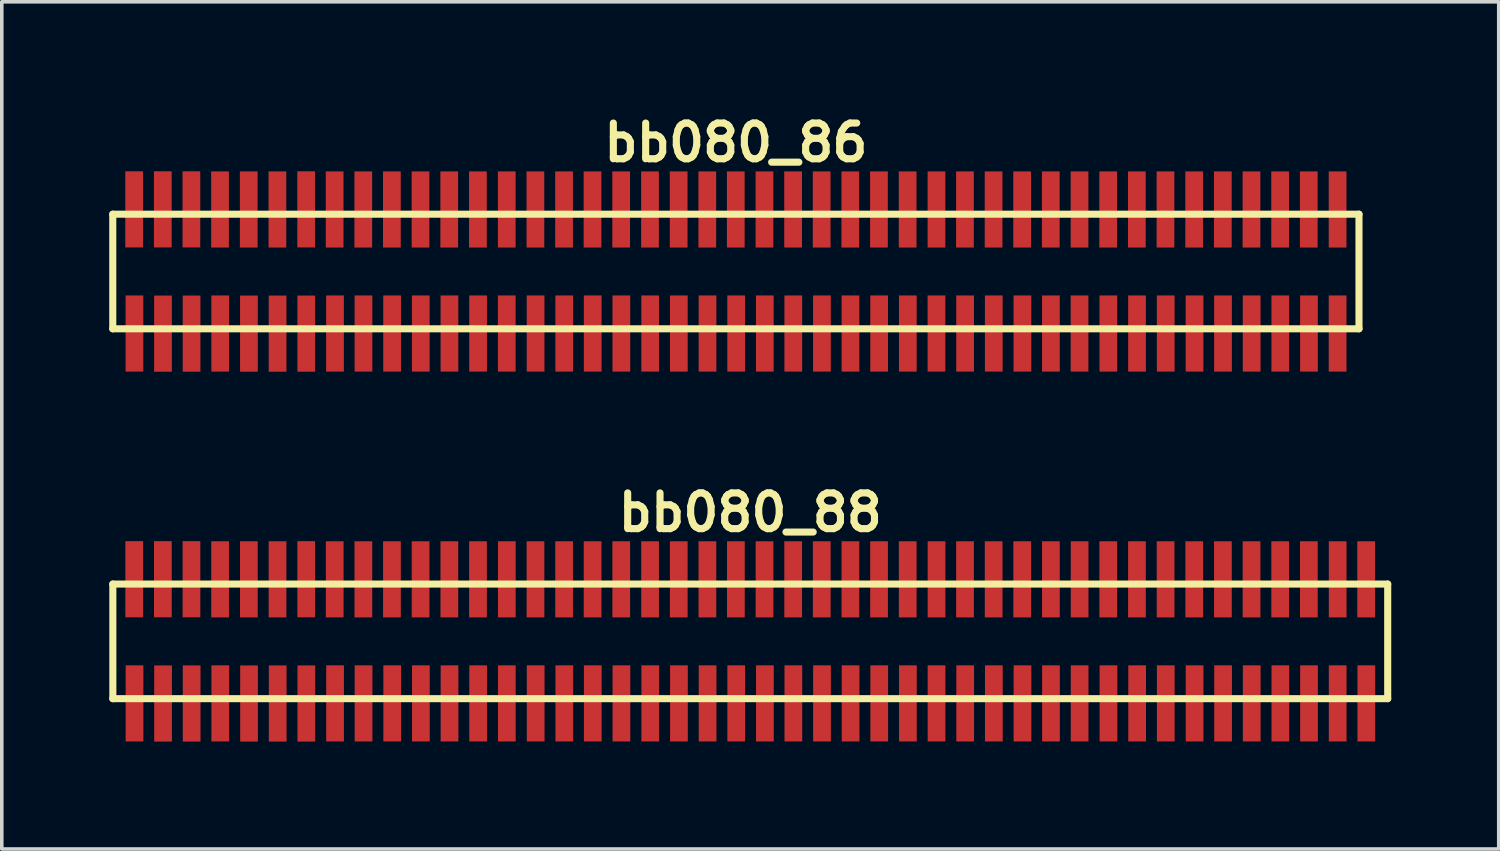
<source format=kicad_pcb>
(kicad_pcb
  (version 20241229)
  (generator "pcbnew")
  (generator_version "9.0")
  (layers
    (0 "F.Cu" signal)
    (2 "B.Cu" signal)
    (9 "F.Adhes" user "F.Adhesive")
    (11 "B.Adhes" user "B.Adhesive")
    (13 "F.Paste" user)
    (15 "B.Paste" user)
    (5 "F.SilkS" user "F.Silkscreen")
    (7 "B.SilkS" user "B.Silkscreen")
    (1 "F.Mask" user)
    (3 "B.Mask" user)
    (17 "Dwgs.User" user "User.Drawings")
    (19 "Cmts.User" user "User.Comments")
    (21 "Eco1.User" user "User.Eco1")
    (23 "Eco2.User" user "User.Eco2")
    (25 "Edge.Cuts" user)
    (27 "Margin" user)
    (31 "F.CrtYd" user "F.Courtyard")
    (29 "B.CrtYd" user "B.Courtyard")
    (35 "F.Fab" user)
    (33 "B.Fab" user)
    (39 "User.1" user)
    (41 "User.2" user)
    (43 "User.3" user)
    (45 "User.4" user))
  (footprint "bb080_88"
    (layer "F.Cu")
    (at 17.899 14.859)
    (property "Reference" "bb080_88" (at 0 -3.599 0) (layer "F.SilkS") (effects (font (size 0.998 0.998) (thickness 0.198))))
    (attr through_hole)
    (fp_line (start -17.8 -1.6) (end 17.8 -1.6) (stroke (width 0.198) (type solid)) (layer "F.SilkS"))
    (fp_line (start -17.798 -1.6) (end -17.798 1.6) (stroke (width 0.198) (type solid)) (layer "F.SilkS"))
    (fp_line (start 17.8 1.6) (end -17.8 1.6) (stroke (width 0.198) (type solid)) (layer "F.SilkS"))
    (fp_line (start 17.8 1.6) (end 17.8 -1.6) (stroke (width 0.198) (type solid)) (layer "F.SilkS"))
    (pad "1" smd rect (at -17.193 1.732) (size 0.495 2.126) (layers "F.Cu" "F.Mask" "F.Paste"))
    (pad "2" smd rect (at -17.201 -1.735) (size 0.495 2.126) (layers "F.Cu" "F.Mask" "F.Paste"))
    (pad "3" smd rect (at -16.396 1.735) (size 0.495 2.126) (layers "F.Cu" "F.Mask" "F.Paste"))
    (pad "4" smd rect (at -16.401 -1.735) (size 0.495 2.126) (layers "F.Cu" "F.Mask" "F.Paste"))
    (pad "5" smd rect (at -15.598 1.735) (size 0.495 2.126) (layers "F.Cu" "F.Mask" "F.Paste"))
    (pad "6" smd rect (at -15.603 -1.735) (size 0.495 2.126) (layers "F.Cu" "F.Mask" "F.Paste"))
    (pad "7" smd rect (at -14.798 1.732) (size 0.495 2.126) (layers "F.Cu" "F.Mask" "F.Paste"))
    (pad "8" smd rect (at -14.803 -1.732) (size 0.495 2.126) (layers "F.Cu" "F.Mask" "F.Paste"))
    (pad "9" smd rect (at -13.995 1.735) (size 0.495 2.126) (layers "F.Cu" "F.Mask" "F.Paste"))
    (pad "10" smd rect (at -14 -1.732) (size 0.495 2.126) (layers "F.Cu" "F.Mask" "F.Paste"))
    (pad "11" smd rect (at -13.195 1.735) (size 0.495 2.126) (layers "F.Cu" "F.Mask" "F.Paste"))
    (pad "12" smd rect (at -13.2 -1.732) (size 0.495 2.126) (layers "F.Cu" "F.Mask" "F.Paste"))
    (pad "13" smd rect (at -12.395 1.735) (size 0.495 2.126) (layers "F.Cu" "F.Mask" "F.Paste"))
    (pad "14" smd rect (at -12.398 -1.735) (size 0.495 2.126) (layers "F.Cu" "F.Mask" "F.Paste"))
    (pad "15" smd rect (at -11.593 1.732) (size 0.495 2.126) (layers "F.Cu" "F.Mask" "F.Paste"))
    (pad "16" smd rect (at -11.603 -1.732) (size 0.495 2.126) (layers "F.Cu" "F.Mask" "F.Paste"))
    (pad "17" smd rect (at -10.798 1.732) (size 0.495 2.126) (layers "F.Cu" "F.Mask" "F.Paste"))
    (pad "18" smd rect (at -10.803 -1.732) (size 0.495 2.126) (layers "F.Cu" "F.Mask" "F.Paste"))
    (pad "19" smd rect (at -9.997 1.732) (size 0.495 2.126) (layers "F.Cu" "F.Mask" "F.Paste"))
    (pad "20" smd rect (at -10.005 -1.732) (size 0.495 2.126) (layers "F.Cu" "F.Mask" "F.Paste"))
    (pad "21" smd rect (at -9.197 1.732) (size 0.495 2.126) (layers "F.Cu" "F.Mask" "F.Paste"))
    (pad "22" smd rect (at -9.205 -1.732) (size 0.495 2.126) (layers "F.Cu" "F.Mask" "F.Paste"))
    (pad "23" smd rect (at -8.397 1.732) (size 0.495 2.126) (layers "F.Cu" "F.Mask" "F.Paste"))
    (pad "24" smd rect (at -8.402 -1.732) (size 0.495 2.126) (layers "F.Cu" "F.Mask" "F.Paste"))
    (pad "25" smd rect (at -7.597 1.732) (size 0.495 2.126) (layers "F.Cu" "F.Mask" "F.Paste"))
    (pad "26" smd rect (at -7.602 -1.732) (size 0.495 2.126) (layers "F.Cu" "F.Mask" "F.Paste"))
    (pad "27" smd rect (at -6.797 1.732) (size 0.495 2.126) (layers "F.Cu" "F.Mask" "F.Paste"))
    (pad "28" smd rect (at -6.797 -1.732) (size 0.495 2.126) (layers "F.Cu" "F.Mask" "F.Paste"))
    (pad "29" smd rect (at -5.992 1.732) (size 0.495 2.126) (layers "F.Cu" "F.Mask" "F.Paste"))
    (pad "30" smd rect (at -5.997 -1.732) (size 0.495 2.126) (layers "F.Cu" "F.Mask" "F.Paste"))
    (pad "31" smd rect (at -5.192 1.732) (size 0.495 2.126) (layers "F.Cu" "F.Mask" "F.Paste"))
    (pad "32" smd rect (at -5.197 -1.732) (size 0.495 2.126) (layers "F.Cu" "F.Mask" "F.Paste"))
    (pad "33" smd rect (at -4.397 1.732) (size 0.495 2.126) (layers "F.Cu" "F.Mask" "F.Paste"))
    (pad "34" smd rect (at -4.402 -1.732) (size 0.495 2.126) (layers "F.Cu" "F.Mask" "F.Paste"))
    (pad "35" smd rect (at -3.597 1.732) (size 0.495 2.126) (layers "F.Cu" "F.Mask" "F.Paste"))
    (pad "36" smd rect (at -3.602 -1.732) (size 0.495 2.126) (layers "F.Cu" "F.Mask" "F.Paste"))
    (pad "37" smd rect (at -2.791 1.732) (size 0.495 2.126) (layers "F.Cu" "F.Mask" "F.Paste"))
    (pad "38" smd rect (at -2.797 -1.732) (size 0.495 2.126) (layers "F.Cu" "F.Mask" "F.Paste"))
    (pad "39" smd rect (at -1.991 1.732) (size 0.495 2.126) (layers "F.Cu" "F.Mask" "F.Paste"))
    (pad "40" smd rect (at -1.996 -1.732) (size 0.495 2.126) (layers "F.Cu" "F.Mask" "F.Paste"))
    (pad "41" smd rect (at -1.191 1.732) (size 0.495 2.126) (layers "F.Cu" "F.Mask" "F.Paste"))
    (pad "42" smd rect (at -1.196 -1.732) (size 0.495 2.126) (layers "F.Cu" "F.Mask" "F.Paste"))
    (pad "43" smd rect (at -0.391 1.732) (size 0.495 2.126) (layers "F.Cu" "F.Mask" "F.Paste"))
    (pad "44" smd rect (at -0.401 -1.732) (size 0.495 2.126) (layers "F.Cu" "F.Mask" "F.Paste"))
    (pad "45" smd rect (at 0.409 1.732) (size 0.495 2.126) (layers "F.Cu" "F.Mask" "F.Paste"))
    (pad "46" smd rect (at 0.399 -1.732) (size 0.495 2.126) (layers "F.Cu" "F.Mask" "F.Paste"))
    (pad "47" smd rect (at 1.204 1.732) (size 0.495 2.126) (layers "F.Cu" "F.Mask" "F.Paste"))
    (pad "48" smd rect (at 1.199 -1.732) (size 0.495 2.126) (layers "F.Cu" "F.Mask" "F.Paste"))
    (pad "49" smd rect (at 2.004 1.732) (size 0.495 2.126) (layers "F.Cu" "F.Mask" "F.Paste"))
    (pad "50" smd rect (at 1.996 -1.732) (size 0.495 2.126) (layers "F.Cu" "F.Mask" "F.Paste"))
    (pad "51" smd rect (at 2.802 1.732) (size 0.495 2.126) (layers "F.Cu" "F.Mask" "F.Paste"))
    (pad "52" smd rect (at 2.797 -1.732) (size 0.495 2.126) (layers "F.Cu" "F.Mask" "F.Paste"))
    (pad "53" smd rect (at 3.602 1.732) (size 0.495 2.126) (layers "F.Cu" "F.Mask" "F.Paste"))
    (pad "54" smd rect (at 3.597 -1.732) (size 0.495 2.126) (layers "F.Cu" "F.Mask" "F.Paste"))
    (pad "55" smd rect (at 4.402 1.732) (size 0.495 2.126) (layers "F.Cu" "F.Mask" "F.Paste"))
    (pad "56" smd rect (at 4.397 -1.732) (size 0.495 2.126) (layers "F.Cu" "F.Mask" "F.Paste"))
    (pad "57" smd rect (at 5.202 1.732) (size 0.495 2.126) (layers "F.Cu" "F.Mask" "F.Paste"))
    (pad "58" smd rect (at 5.202 -1.732) (size 0.495 2.126) (layers "F.Cu" "F.Mask" "F.Paste"))
    (pad "59" smd rect (at 6.002 1.732) (size 0.495 2.126) (layers "F.Cu" "F.Mask" "F.Paste"))
    (pad "60" smd rect (at 5.997 -1.732) (size 0.495 2.126) (layers "F.Cu" "F.Mask" "F.Paste"))
    (pad "61" smd rect (at 6.802 1.732) (size 0.495 2.126) (layers "F.Cu" "F.Mask" "F.Paste"))
    (pad "62" smd rect (at 6.797 -1.732) (size 0.495 2.126) (layers "F.Cu" "F.Mask" "F.Paste"))
    (pad "63" smd rect (at 7.602 1.732) (size 0.495 2.126) (layers "F.Cu" "F.Mask" "F.Paste"))
    (pad "64" smd rect (at 7.595 -1.732) (size 0.495 2.126) (layers "F.Cu" "F.Mask" "F.Paste"))
    (pad "65" smd rect (at 8.397 1.732) (size 0.495 2.126) (layers "F.Cu" "F.Mask" "F.Paste"))
    (pad "66" smd rect (at 8.395 -1.732) (size 0.495 2.126) (layers "F.Cu" "F.Mask" "F.Paste"))
    (pad "67" smd rect (at 9.197 1.732) (size 0.495 2.126) (layers "F.Cu" "F.Mask" "F.Paste"))
    (pad "68" smd rect (at 9.197 -1.732) (size 0.495 2.126) (layers "F.Cu" "F.Mask" "F.Paste"))
    (pad "69" smd rect (at 10.003 1.732) (size 0.495 2.126) (layers "F.Cu" "F.Mask" "F.Paste"))
    (pad "70" smd rect (at 9.997 -1.732) (size 0.495 2.126) (layers "F.Cu" "F.Mask" "F.Paste"))
    (pad "71" smd rect (at 10.803 1.732) (size 0.495 2.126) (layers "F.Cu" "F.Mask" "F.Paste"))
    (pad "72" smd rect (at 10.798 -1.732) (size 0.495 2.126) (layers "F.Cu" "F.Mask" "F.Paste"))
    (pad "73" smd rect (at 11.603 1.732) (size 0.495 2.126) (layers "F.Cu" "F.Mask" "F.Paste"))
    (pad "74" smd rect (at 11.598 -1.732) (size 0.495 2.126) (layers "F.Cu" "F.Mask" "F.Paste"))
    (pad "75" smd rect (at 12.408 1.732) (size 0.495 2.126) (layers "F.Cu" "F.Mask" "F.Paste"))
    (pad "76" smd rect (at 12.398 -1.732) (size 0.495 2.126) (layers "F.Cu" "F.Mask" "F.Paste"))
    (pad "77" smd rect (at 13.203 1.732) (size 0.495 2.126) (layers "F.Cu" "F.Mask" "F.Paste"))
    (pad "78" smd rect (at 13.198 -1.732) (size 0.495 2.126) (layers "F.Cu" "F.Mask" "F.Paste"))
    (pad "79" smd rect (at 14.003 1.732) (size 0.495 2.126) (layers "F.Cu" "F.Mask" "F.Paste"))
    (pad "80" smd rect (at 13.998 -1.732) (size 0.495 2.126) (layers "F.Cu" "F.Mask" "F.Paste"))
    (pad "81" smd rect (at 14.803 1.732) (size 0.495 2.126) (layers "F.Cu" "F.Mask" "F.Paste"))
    (pad "82" smd rect (at 14.798 -1.732) (size 0.495 2.126) (layers "F.Cu" "F.Mask" "F.Paste"))
    (pad "83" smd rect (at 15.603 1.732) (size 0.495 2.126) (layers "F.Cu" "F.Mask" "F.Paste"))
    (pad "84" smd rect (at 15.598 -1.732) (size 0.495 2.126) (layers "F.Cu" "F.Mask" "F.Paste"))
    (pad "85" smd rect (at 16.403 1.732) (size 0.495 2.126) (layers "F.Cu" "F.Mask" "F.Paste"))
    (pad "86" smd rect (at 16.403 -1.732) (size 0.495 2.126) (layers "F.Cu" "F.Mask" "F.Paste"))
    (pad "87" smd rect (at 17.203 1.732) (size 0.495 2.126) (layers "F.Cu" "F.Mask" "F.Paste"))
    (pad "88" smd rect (at 17.198 -1.732) (size 0.495 2.126) (layers "F.Cu" "F.Mask" "F.Paste")))
  (footprint "bb080_86"
    (layer "F.Cu")
    (at 17.498 4.531)
    (property "Reference" "bb080_86" (at 0 -3.599 0) (layer "F.SilkS") (effects (font (size 0.998 0.998) (thickness 0.198))))
    (attr through_hole)
    (fp_line (start -17.399 -1.6) (end -17.399 1.6) (stroke (width 0.198) (type solid)) (layer "F.SilkS"))
    (fp_line (start -17.399 -1.6) (end 17.399 -1.6) (stroke (width 0.198) (type solid)) (layer "F.SilkS"))
    (fp_line (start 17.399 1.6) (end -17.399 1.6) (stroke (width 0.198) (type solid)) (layer "F.SilkS"))
    (fp_line (start 17.399 1.6) (end 17.399 -1.6) (stroke (width 0.198) (type solid)) (layer "F.SilkS"))
    (pad "1" smd rect (at -16.794 1.732) (size 0.495 2.126) (layers "F.Cu" "F.Mask" "F.Paste"))
    (pad "2" smd rect (at -16.802 -1.735) (size 0.495 2.126) (layers "F.Cu" "F.Mask" "F.Paste"))
    (pad "3" smd rect (at -15.997 1.735) (size 0.495 2.126) (layers "F.Cu" "F.Mask" "F.Paste"))
    (pad "4" smd rect (at -16.002 -1.735) (size 0.495 2.126) (layers "F.Cu" "F.Mask" "F.Paste"))
    (pad "5" smd rect (at -15.199 1.735) (size 0.495 2.126) (layers "F.Cu" "F.Mask" "F.Paste"))
    (pad "6" smd rect (at -15.204 -1.735) (size 0.495 2.126) (layers "F.Cu" "F.Mask" "F.Paste"))
    (pad "7" smd rect (at -14.399 1.732) (size 0.495 2.126) (layers "F.Cu" "F.Mask" "F.Paste"))
    (pad "8" smd rect (at -14.404 -1.732) (size 0.495 2.126) (layers "F.Cu" "F.Mask" "F.Paste"))
    (pad "9" smd rect (at -13.597 1.735) (size 0.495 2.126) (layers "F.Cu" "F.Mask" "F.Paste"))
    (pad "10" smd rect (at -13.602 -1.732) (size 0.495 2.126) (layers "F.Cu" "F.Mask" "F.Paste"))
    (pad "11" smd rect (at -12.797 1.735) (size 0.495 2.126) (layers "F.Cu" "F.Mask" "F.Paste"))
    (pad "12" smd rect (at -12.802 -1.732) (size 0.495 2.126) (layers "F.Cu" "F.Mask" "F.Paste"))
    (pad "13" smd rect (at -11.996 1.735) (size 0.495 2.126) (layers "F.Cu" "F.Mask" "F.Paste"))
    (pad "14" smd rect (at -11.999 -1.735) (size 0.495 2.126) (layers "F.Cu" "F.Mask" "F.Paste"))
    (pad "15" smd rect (at -11.194 1.732) (size 0.495 2.126) (layers "F.Cu" "F.Mask" "F.Paste"))
    (pad "16" smd rect (at -11.204 -1.732) (size 0.495 2.126) (layers "F.Cu" "F.Mask" "F.Paste"))
    (pad "17" smd rect (at -10.399 1.732) (size 0.495 2.126) (layers "F.Cu" "F.Mask" "F.Paste"))
    (pad "18" smd rect (at -10.404 -1.732) (size 0.495 2.126) (layers "F.Cu" "F.Mask" "F.Paste"))
    (pad "19" smd rect (at -9.599 1.732) (size 0.495 2.126) (layers "F.Cu" "F.Mask" "F.Paste"))
    (pad "20" smd rect (at -9.606 -1.732) (size 0.495 2.126) (layers "F.Cu" "F.Mask" "F.Paste"))
    (pad "21" smd rect (at -8.799 1.732) (size 0.495 2.126) (layers "F.Cu" "F.Mask" "F.Paste"))
    (pad "22" smd rect (at -8.806 -1.732) (size 0.495 2.126) (layers "F.Cu" "F.Mask" "F.Paste"))
    (pad "23" smd rect (at -7.998 1.732) (size 0.495 2.126) (layers "F.Cu" "F.Mask" "F.Paste"))
    (pad "24" smd rect (at -8.004 -1.732) (size 0.495 2.126) (layers "F.Cu" "F.Mask" "F.Paste"))
    (pad "25" smd rect (at -7.198 1.732) (size 0.495 2.126) (layers "F.Cu" "F.Mask" "F.Paste"))
    (pad "26" smd rect (at -7.203 -1.732) (size 0.495 2.126) (layers "F.Cu" "F.Mask" "F.Paste"))
    (pad "27" smd rect (at -6.398 1.732) (size 0.495 2.126) (layers "F.Cu" "F.Mask" "F.Paste"))
    (pad "28" smd rect (at -6.398 -1.732) (size 0.495 2.126) (layers "F.Cu" "F.Mask" "F.Paste"))
    (pad "29" smd rect (at -5.593 1.732) (size 0.495 2.126) (layers "F.Cu" "F.Mask" "F.Paste"))
    (pad "30" smd rect (at -5.598 -1.732) (size 0.495 2.126) (layers "F.Cu" "F.Mask" "F.Paste"))
    (pad "31" smd rect (at -4.793 1.732) (size 0.495 2.126) (layers "F.Cu" "F.Mask" "F.Paste"))
    (pad "32" smd rect (at -4.798 -1.732) (size 0.495 2.126) (layers "F.Cu" "F.Mask" "F.Paste"))
    (pad "33" smd rect (at -3.998 1.732) (size 0.495 2.126) (layers "F.Cu" "F.Mask" "F.Paste"))
    (pad "34" smd rect (at -4.003 -1.732) (size 0.495 2.126) (layers "F.Cu" "F.Mask" "F.Paste"))
    (pad "35" smd rect (at -3.198 1.732) (size 0.495 2.126) (layers "F.Cu" "F.Mask" "F.Paste"))
    (pad "36" smd rect (at -3.203 -1.732) (size 0.495 2.126) (layers "F.Cu" "F.Mask" "F.Paste"))
    (pad "37" smd rect (at -2.393 1.732) (size 0.495 2.126) (layers "F.Cu" "F.Mask" "F.Paste"))
    (pad "38" smd rect (at -2.398 -1.732) (size 0.495 2.126) (layers "F.Cu" "F.Mask" "F.Paste"))
    (pad "39" smd rect (at -1.593 1.732) (size 0.495 2.126) (layers "F.Cu" "F.Mask" "F.Paste"))
    (pad "40" smd rect (at -1.598 -1.732) (size 0.495 2.126) (layers "F.Cu" "F.Mask" "F.Paste"))
    (pad "41" smd rect (at -0.792 1.732) (size 0.495 2.126) (layers "F.Cu" "F.Mask" "F.Paste"))
    (pad "42" smd rect (at -0.798 -1.732) (size 0.495 2.126) (layers "F.Cu" "F.Mask" "F.Paste"))
    (pad "43" smd rect (at 0.008 1.732) (size 0.495 2.126) (layers "F.Cu" "F.Mask" "F.Paste"))
    (pad "44" smd rect (at -0.003 -1.732) (size 0.495 2.126) (layers "F.Cu" "F.Mask" "F.Paste"))
    (pad "45" smd rect (at 0.808 1.732) (size 0.495 2.126) (layers "F.Cu" "F.Mask" "F.Paste"))
    (pad "46" smd rect (at 0.798 -1.732) (size 0.495 2.126) (layers "F.Cu" "F.Mask" "F.Paste"))
    (pad "47" smd rect (at 1.603 1.732) (size 0.495 2.126) (layers "F.Cu" "F.Mask" "F.Paste"))
    (pad "48" smd rect (at 1.598 -1.732) (size 0.495 2.126) (layers "F.Cu" "F.Mask" "F.Paste"))
    (pad "49" smd rect (at 2.403 1.732) (size 0.495 2.126) (layers "F.Cu" "F.Mask" "F.Paste"))
    (pad "50" smd rect (at 2.395 -1.732) (size 0.495 2.126) (layers "F.Cu" "F.Mask" "F.Paste"))
    (pad "51" smd rect (at 3.2 1.732) (size 0.495 2.126) (layers "F.Cu" "F.Mask" "F.Paste"))
    (pad "52" smd rect (at 3.195 -1.732) (size 0.495 2.126) (layers "F.Cu" "F.Mask" "F.Paste"))
    (pad "53" smd rect (at 4 1.732) (size 0.495 2.126) (layers "F.Cu" "F.Mask" "F.Paste"))
    (pad "54" smd rect (at 3.995 -1.732) (size 0.495 2.126) (layers "F.Cu" "F.Mask" "F.Paste"))
    (pad "55" smd rect (at 4.801 1.732) (size 0.495 2.126) (layers "F.Cu" "F.Mask" "F.Paste"))
    (pad "56" smd rect (at 4.796 -1.732) (size 0.495 2.126) (layers "F.Cu" "F.Mask" "F.Paste"))
    (pad "57" smd rect (at 5.601 1.732) (size 0.495 2.126) (layers "F.Cu" "F.Mask" "F.Paste"))
    (pad "58" smd rect (at 5.601 -1.732) (size 0.495 2.126) (layers "F.Cu" "F.Mask" "F.Paste"))
    (pad "59" smd rect (at 6.401 1.732) (size 0.495 2.126) (layers "F.Cu" "F.Mask" "F.Paste"))
    (pad "60" smd rect (at 6.396 -1.732) (size 0.495 2.126) (layers "F.Cu" "F.Mask" "F.Paste"))
    (pad "61" smd rect (at 7.201 1.732) (size 0.495 2.126) (layers "F.Cu" "F.Mask" "F.Paste"))
    (pad "62" smd rect (at 7.196 -1.732) (size 0.495 2.126) (layers "F.Cu" "F.Mask" "F.Paste"))
    (pad "63" smd rect (at 8.001 1.732) (size 0.495 2.126) (layers "F.Cu" "F.Mask" "F.Paste"))
    (pad "64" smd rect (at 7.993 -1.732) (size 0.495 2.126) (layers "F.Cu" "F.Mask" "F.Paste"))
    (pad "65" smd rect (at 8.796 1.732) (size 0.495 2.126) (layers "F.Cu" "F.Mask" "F.Paste"))
    (pad "66" smd rect (at 8.793 -1.732) (size 0.495 2.126) (layers "F.Cu" "F.Mask" "F.Paste"))
    (pad "67" smd rect (at 9.596 1.732) (size 0.495 2.126) (layers "F.Cu" "F.Mask" "F.Paste"))
    (pad "68" smd rect (at 9.596 -1.732) (size 0.495 2.126) (layers "F.Cu" "F.Mask" "F.Paste"))
    (pad "69" smd rect (at 10.401 1.732) (size 0.495 2.126) (layers "F.Cu" "F.Mask" "F.Paste"))
    (pad "70" smd rect (at 10.396 -1.732) (size 0.495 2.126) (layers "F.Cu" "F.Mask" "F.Paste"))
    (pad "71" smd rect (at 11.201 1.732) (size 0.495 2.126) (layers "F.Cu" "F.Mask" "F.Paste"))
    (pad "72" smd rect (at 11.196 -1.732) (size 0.495 2.126) (layers "F.Cu" "F.Mask" "F.Paste"))
    (pad "73" smd rect (at 12.002 1.732) (size 0.495 2.126) (layers "F.Cu" "F.Mask" "F.Paste"))
    (pad "74" smd rect (at 11.996 -1.732) (size 0.495 2.126) (layers "F.Cu" "F.Mask" "F.Paste"))
    (pad "75" smd rect (at 12.807 1.732) (size 0.495 2.126) (layers "F.Cu" "F.Mask" "F.Paste"))
    (pad "76" smd rect (at 12.797 -1.732) (size 0.495 2.126) (layers "F.Cu" "F.Mask" "F.Paste"))
    (pad "77" smd rect (at 13.602 1.732) (size 0.495 2.126) (layers "F.Cu" "F.Mask" "F.Paste"))
    (pad "78" smd rect (at 13.597 -1.732) (size 0.495 2.126) (layers "F.Cu" "F.Mask" "F.Paste"))
    (pad "79" smd rect (at 14.402 1.732) (size 0.495 2.126) (layers "F.Cu" "F.Mask" "F.Paste"))
    (pad "80" smd rect (at 14.397 -1.732) (size 0.495 2.126) (layers "F.Cu" "F.Mask" "F.Paste"))
    (pad "81" smd rect (at 15.202 1.732) (size 0.495 2.126) (layers "F.Cu" "F.Mask" "F.Paste"))
    (pad "82" smd rect (at 15.197 -1.732) (size 0.495 2.126) (layers "F.Cu" "F.Mask" "F.Paste"))
    (pad "83" smd rect (at 16.002 1.732) (size 0.495 2.126) (layers "F.Cu" "F.Mask" "F.Paste"))
    (pad "84" smd rect (at 15.997 -1.732) (size 0.495 2.126) (layers "F.Cu" "F.Mask" "F.Paste"))
    (pad "85" smd rect (at 16.802 1.732) (size 0.495 2.126) (layers "F.Cu" "F.Mask" "F.Paste"))
    (pad "86" smd rect (at 16.802 -1.732) (size 0.495 2.126) (layers "F.Cu" "F.Mask" "F.Paste")))
  (gr_rect
    (start -3 -3)
    (end 38.799 20.657)
    (stroke (width 0.1) (type default))
    (fill no)
    (layer "Edge.Cuts")))
</source>
